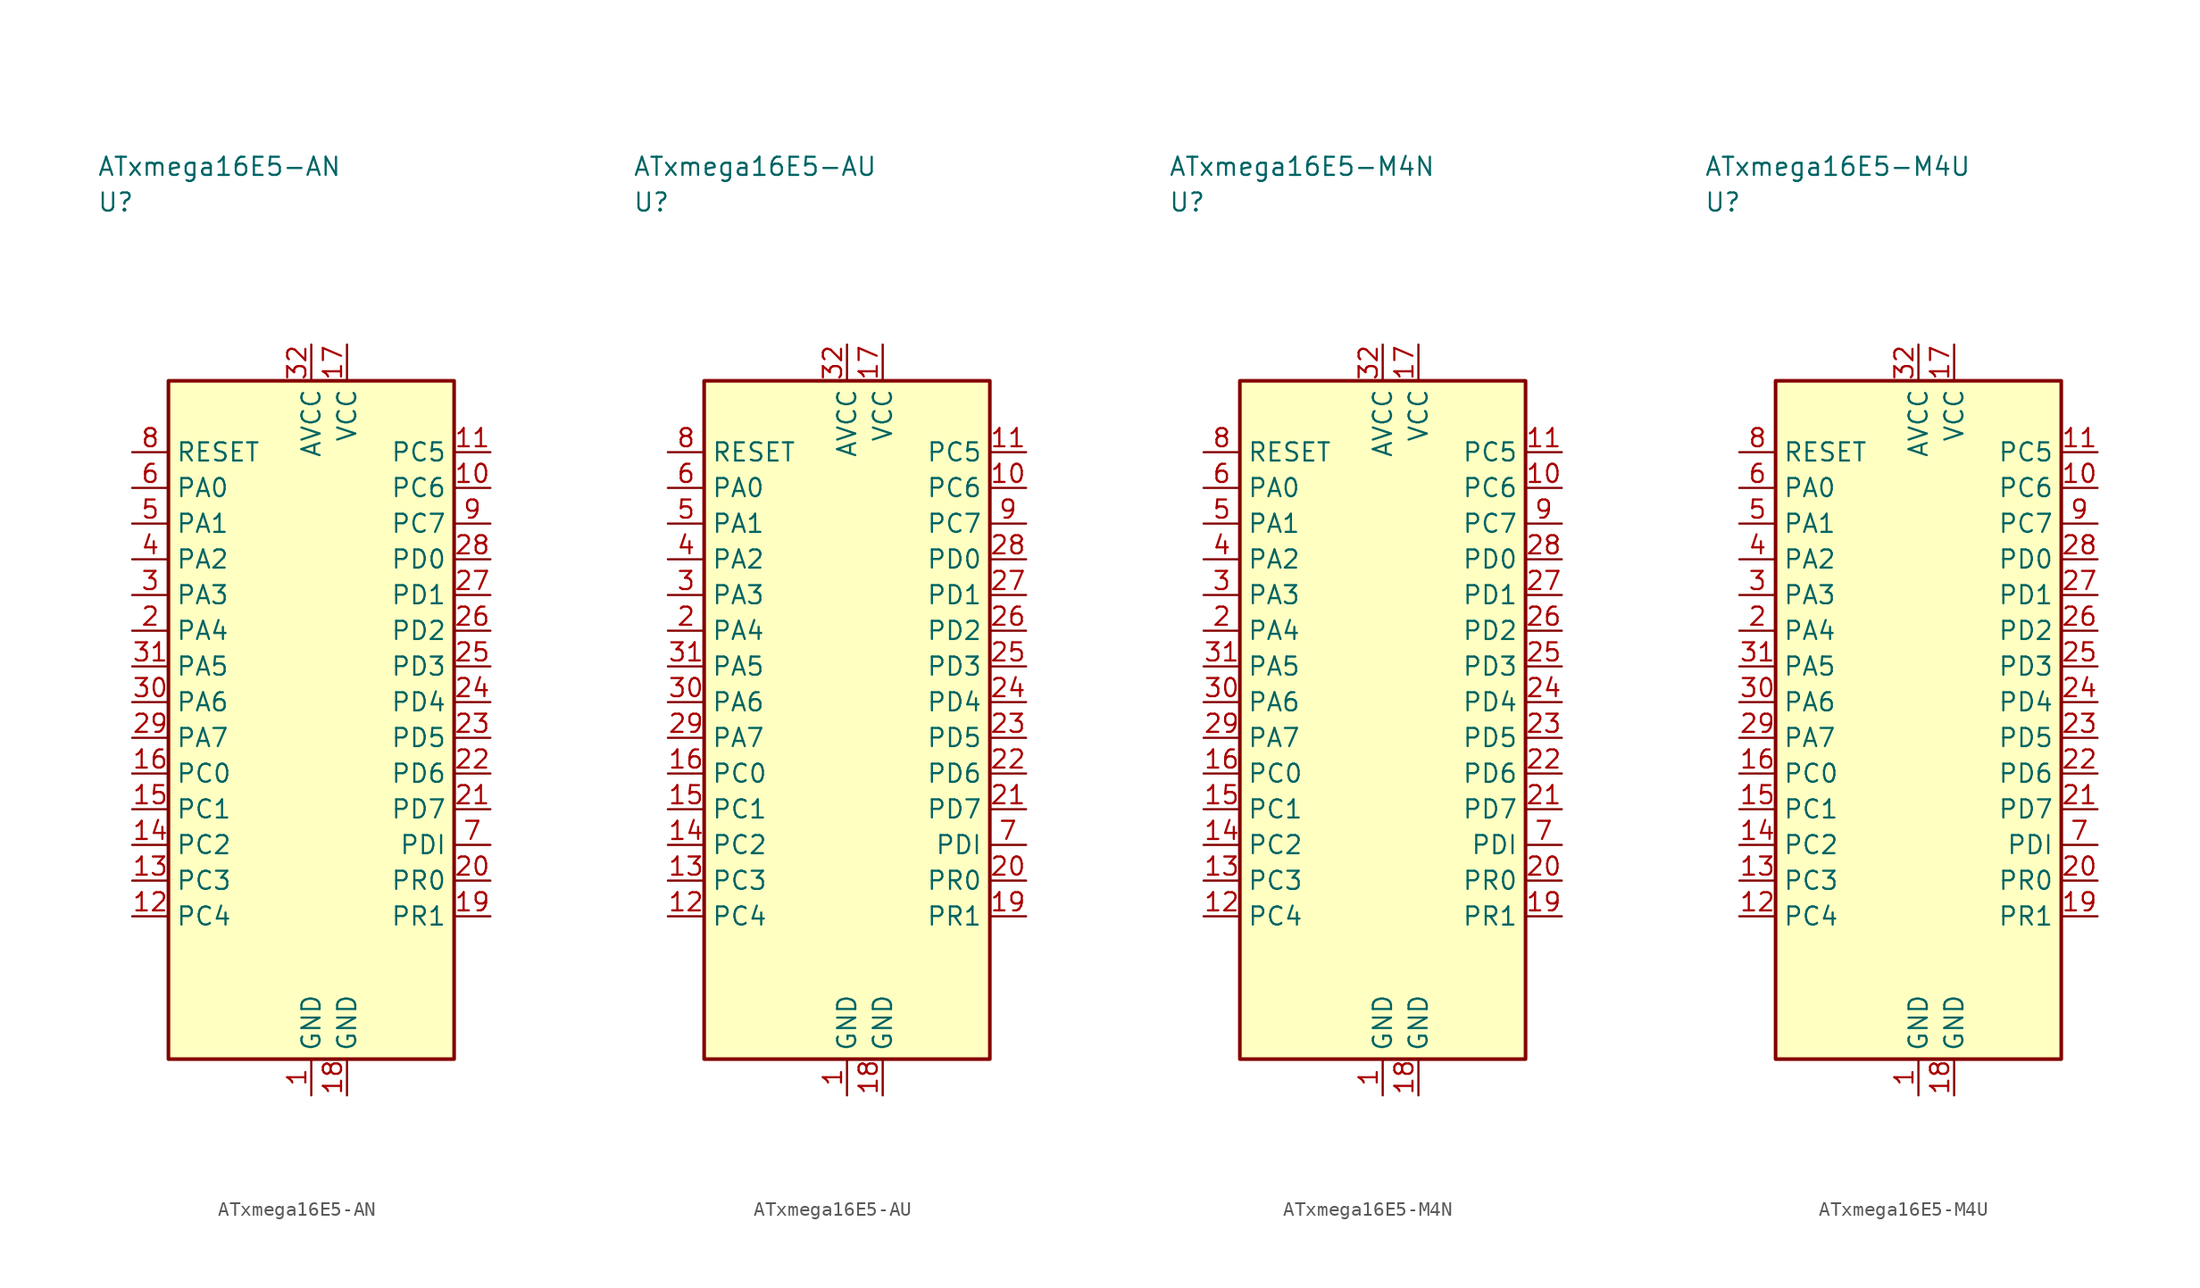
<source format=kicad_sym>
(kicad_symbol_lib
  (version 20241025)
  (generator "kicad_symbol_editor")
  (generator_version "8.0")
  (symbol "ATxmega16E5-AN"
    (property "Reference" "U"
      (at -15.0 36.25 0)
      (effects (font (size 1.27 1.27)) (justify left)))
    (property "Value" "ATxmega16E5-AN"
      (at -15.0 38.75 0)
      (effects (font (size 1.27 1.27)) (justify left)))
    (symbol "ATxmega16E5-AN_0_1"
      (rectangle (start -10.0 23.75) (end 10.0 -23.75) (stroke (width 0.254) (type default)) (fill (type background))))
    (symbol "ATxmega16E5-AN_1_1"
      (pin passive line (at 0.0 -26.29 90.0) (length 2.54) (name "GND" (effects (font (size 1.27 1.27)))) (number "1" (effects (font (size 1.27 1.27)))))
      (pin bidirectional line (at -12.54 6.25 0.0) (length 2.54) (name "PA4" (effects (font (size 1.27 1.27)))) (number "2" (effects (font (size 1.27 1.27)))))
      (pin bidirectional line (at -12.54 8.75 0.0) (length 2.54) (name "PA3" (effects (font (size 1.27 1.27)))) (number "3" (effects (font (size 1.27 1.27)))))
      (pin bidirectional line (at -12.54 11.25 0.0) (length 2.54) (name "PA2" (effects (font (size 1.27 1.27)))) (number "4" (effects (font (size 1.27 1.27)))))
      (pin bidirectional line (at -12.54 13.75 0.0) (length 2.54) (name "PA1" (effects (font (size 1.27 1.27)))) (number "5" (effects (font (size 1.27 1.27)))))
      (pin bidirectional line (at -12.54 16.25 0.0) (length 2.54) (name "PA0" (effects (font (size 1.27 1.27)))) (number "6" (effects (font (size 1.27 1.27)))))
      (pin bidirectional line (at 12.54 -8.75 180.0) (length 2.54) (name "PDI" (effects (font (size 1.27 1.27)))) (number "7" (effects (font (size 1.27 1.27)))))
      (pin input line (at -12.54 18.75 0.0) (length 2.54) (name "RESET" (effects (font (size 1.27 1.27)))) (number "8" (effects (font (size 1.27 1.27)))))
      (pin bidirectional line (at 12.54 13.75 180.0) (length 2.54) (name "PC7" (effects (font (size 1.27 1.27)))) (number "9" (effects (font (size 1.27 1.27)))))
      (pin bidirectional line (at 12.54 16.25 180.0) (length 2.54) (name "PC6" (effects (font (size 1.27 1.27)))) (number "10" (effects (font (size 1.27 1.27)))))
      (pin bidirectional line (at 12.54 18.75 180.0) (length 2.54) (name "PC5" (effects (font (size 1.27 1.27)))) (number "11" (effects (font (size 1.27 1.27)))))
      (pin bidirectional line (at -12.54 -13.75 0.0) (length 2.54) (name "PC4" (effects (font (size 1.27 1.27)))) (number "12" (effects (font (size 1.27 1.27)))))
      (pin bidirectional line (at -12.54 -11.25 0.0) (length 2.54) (name "PC3" (effects (font (size 1.27 1.27)))) (number "13" (effects (font (size 1.27 1.27)))))
      (pin bidirectional line (at -12.54 -8.75 0.0) (length 2.54) (name "PC2" (effects (font (size 1.27 1.27)))) (number "14" (effects (font (size 1.27 1.27)))))
      (pin bidirectional line (at -12.54 -6.25 0.0) (length 2.54) (name "PC1" (effects (font (size 1.27 1.27)))) (number "15" (effects (font (size 1.27 1.27)))))
      (pin bidirectional line (at -12.54 -3.75 0.0) (length 2.54) (name "PC0" (effects (font (size 1.27 1.27)))) (number "16" (effects (font (size 1.27 1.27)))))
      (pin power_in line (at 2.5 26.29 270.0) (length 2.54) (name "VCC" (effects (font (size 1.27 1.27)))) (number "17" (effects (font (size 1.27 1.27)))))
      (pin passive line (at 2.5 -26.29 90.0) (length 2.54) (name "GND" (effects (font (size 1.27 1.27)))) (number "18" (effects (font (size 1.27 1.27)))))
      (pin bidirectional line (at 12.54 -13.75 180.0) (length 2.54) (name "PR1" (effects (font (size 1.27 1.27)))) (number "19" (effects (font (size 1.27 1.27)))))
      (pin bidirectional line (at 12.54 -11.25 180.0) (length 2.54) (name "PR0" (effects (font (size 1.27 1.27)))) (number "20" (effects (font (size 1.27 1.27)))))
      (pin bidirectional line (at 12.54 -6.25 180.0) (length 2.54) (name "PD7" (effects (font (size 1.27 1.27)))) (number "21" (effects (font (size 1.27 1.27)))))
      (pin bidirectional line (at 12.54 -3.75 180.0) (length 2.54) (name "PD6" (effects (font (size 1.27 1.27)))) (number "22" (effects (font (size 1.27 1.27)))))
      (pin bidirectional line (at 12.54 -1.25 180.0) (length 2.54) (name "PD5" (effects (font (size 1.27 1.27)))) (number "23" (effects (font (size 1.27 1.27)))))
      (pin bidirectional line (at 12.54 1.25 180.0) (length 2.54) (name "PD4" (effects (font (size 1.27 1.27)))) (number "24" (effects (font (size 1.27 1.27)))))
      (pin bidirectional line (at 12.54 3.75 180.0) (length 2.54) (name "PD3" (effects (font (size 1.27 1.27)))) (number "25" (effects (font (size 1.27 1.27)))))
      (pin bidirectional line (at 12.54 6.25 180.0) (length 2.54) (name "PD2" (effects (font (size 1.27 1.27)))) (number "26" (effects (font (size 1.27 1.27)))))
      (pin bidirectional line (at 12.54 8.75 180.0) (length 2.54) (name "PD1" (effects (font (size 1.27 1.27)))) (number "27" (effects (font (size 1.27 1.27)))))
      (pin bidirectional line (at 12.54 11.25 180.0) (length 2.54) (name "PD0" (effects (font (size 1.27 1.27)))) (number "28" (effects (font (size 1.27 1.27)))))
      (pin bidirectional line (at -12.54 -1.25 0.0) (length 2.54) (name "PA7" (effects (font (size 1.27 1.27)))) (number "29" (effects (font (size 1.27 1.27)))))
      (pin bidirectional line (at -12.54 1.25 0.0) (length 2.54) (name "PA6" (effects (font (size 1.27 1.27)))) (number "30" (effects (font (size 1.27 1.27)))))
      (pin bidirectional line (at -12.54 3.75 0.0) (length 2.54) (name "PA5" (effects (font (size 1.27 1.27)))) (number "31" (effects (font (size 1.27 1.27)))))
      (pin power_in line (at 0.0 26.29 270.0) (length 2.54) (name "AVCC" (effects (font (size 1.27 1.27)))) (number "32" (effects (font (size 1.27 1.27)))))))
  (symbol "ATxmega16E5-AU"
    (property "Reference" "U"
      (at -15.0 36.25 0)
      (effects (font (size 1.27 1.27)) (justify left)))
    (property "Value" "ATxmega16E5-AU"
      (at -15.0 38.75 0)
      (effects (font (size 1.27 1.27)) (justify left)))
    (symbol "ATxmega16E5-AU_0_1"
      (rectangle (start -10.0 23.75) (end 10.0 -23.75) (stroke (width 0.254) (type default)) (fill (type background))))
    (symbol "ATxmega16E5-AU_1_1"
      (pin passive line (at 0.0 -26.29 90.0) (length 2.54) (name "GND" (effects (font (size 1.27 1.27)))) (number "1" (effects (font (size 1.27 1.27)))))
      (pin bidirectional line (at -12.54 6.25 0.0) (length 2.54) (name "PA4" (effects (font (size 1.27 1.27)))) (number "2" (effects (font (size 1.27 1.27)))))
      (pin bidirectional line (at -12.54 8.75 0.0) (length 2.54) (name "PA3" (effects (font (size 1.27 1.27)))) (number "3" (effects (font (size 1.27 1.27)))))
      (pin bidirectional line (at -12.54 11.25 0.0) (length 2.54) (name "PA2" (effects (font (size 1.27 1.27)))) (number "4" (effects (font (size 1.27 1.27)))))
      (pin bidirectional line (at -12.54 13.75 0.0) (length 2.54) (name "PA1" (effects (font (size 1.27 1.27)))) (number "5" (effects (font (size 1.27 1.27)))))
      (pin bidirectional line (at -12.54 16.25 0.0) (length 2.54) (name "PA0" (effects (font (size 1.27 1.27)))) (number "6" (effects (font (size 1.27 1.27)))))
      (pin bidirectional line (at 12.54 -8.75 180.0) (length 2.54) (name "PDI" (effects (font (size 1.27 1.27)))) (number "7" (effects (font (size 1.27 1.27)))))
      (pin input line (at -12.54 18.75 0.0) (length 2.54) (name "RESET" (effects (font (size 1.27 1.27)))) (number "8" (effects (font (size 1.27 1.27)))))
      (pin bidirectional line (at 12.54 13.75 180.0) (length 2.54) (name "PC7" (effects (font (size 1.27 1.27)))) (number "9" (effects (font (size 1.27 1.27)))))
      (pin bidirectional line (at 12.54 16.25 180.0) (length 2.54) (name "PC6" (effects (font (size 1.27 1.27)))) (number "10" (effects (font (size 1.27 1.27)))))
      (pin bidirectional line (at 12.54 18.75 180.0) (length 2.54) (name "PC5" (effects (font (size 1.27 1.27)))) (number "11" (effects (font (size 1.27 1.27)))))
      (pin bidirectional line (at -12.54 -13.75 0.0) (length 2.54) (name "PC4" (effects (font (size 1.27 1.27)))) (number "12" (effects (font (size 1.27 1.27)))))
      (pin bidirectional line (at -12.54 -11.25 0.0) (length 2.54) (name "PC3" (effects (font (size 1.27 1.27)))) (number "13" (effects (font (size 1.27 1.27)))))
      (pin bidirectional line (at -12.54 -8.75 0.0) (length 2.54) (name "PC2" (effects (font (size 1.27 1.27)))) (number "14" (effects (font (size 1.27 1.27)))))
      (pin bidirectional line (at -12.54 -6.25 0.0) (length 2.54) (name "PC1" (effects (font (size 1.27 1.27)))) (number "15" (effects (font (size 1.27 1.27)))))
      (pin bidirectional line (at -12.54 -3.75 0.0) (length 2.54) (name "PC0" (effects (font (size 1.27 1.27)))) (number "16" (effects (font (size 1.27 1.27)))))
      (pin power_in line (at 2.5 26.29 270.0) (length 2.54) (name "VCC" (effects (font (size 1.27 1.27)))) (number "17" (effects (font (size 1.27 1.27)))))
      (pin passive line (at 2.5 -26.29 90.0) (length 2.54) (name "GND" (effects (font (size 1.27 1.27)))) (number "18" (effects (font (size 1.27 1.27)))))
      (pin bidirectional line (at 12.54 -13.75 180.0) (length 2.54) (name "PR1" (effects (font (size 1.27 1.27)))) (number "19" (effects (font (size 1.27 1.27)))))
      (pin bidirectional line (at 12.54 -11.25 180.0) (length 2.54) (name "PR0" (effects (font (size 1.27 1.27)))) (number "20" (effects (font (size 1.27 1.27)))))
      (pin bidirectional line (at 12.54 -6.25 180.0) (length 2.54) (name "PD7" (effects (font (size 1.27 1.27)))) (number "21" (effects (font (size 1.27 1.27)))))
      (pin bidirectional line (at 12.54 -3.75 180.0) (length 2.54) (name "PD6" (effects (font (size 1.27 1.27)))) (number "22" (effects (font (size 1.27 1.27)))))
      (pin bidirectional line (at 12.54 -1.25 180.0) (length 2.54) (name "PD5" (effects (font (size 1.27 1.27)))) (number "23" (effects (font (size 1.27 1.27)))))
      (pin bidirectional line (at 12.54 1.25 180.0) (length 2.54) (name "PD4" (effects (font (size 1.27 1.27)))) (number "24" (effects (font (size 1.27 1.27)))))
      (pin bidirectional line (at 12.54 3.75 180.0) (length 2.54) (name "PD3" (effects (font (size 1.27 1.27)))) (number "25" (effects (font (size 1.27 1.27)))))
      (pin bidirectional line (at 12.54 6.25 180.0) (length 2.54) (name "PD2" (effects (font (size 1.27 1.27)))) (number "26" (effects (font (size 1.27 1.27)))))
      (pin bidirectional line (at 12.54 8.75 180.0) (length 2.54) (name "PD1" (effects (font (size 1.27 1.27)))) (number "27" (effects (font (size 1.27 1.27)))))
      (pin bidirectional line (at 12.54 11.25 180.0) (length 2.54) (name "PD0" (effects (font (size 1.27 1.27)))) (number "28" (effects (font (size 1.27 1.27)))))
      (pin bidirectional line (at -12.54 -1.25 0.0) (length 2.54) (name "PA7" (effects (font (size 1.27 1.27)))) (number "29" (effects (font (size 1.27 1.27)))))
      (pin bidirectional line (at -12.54 1.25 0.0) (length 2.54) (name "PA6" (effects (font (size 1.27 1.27)))) (number "30" (effects (font (size 1.27 1.27)))))
      (pin bidirectional line (at -12.54 3.75 0.0) (length 2.54) (name "PA5" (effects (font (size 1.27 1.27)))) (number "31" (effects (font (size 1.27 1.27)))))
      (pin power_in line (at 0.0 26.29 270.0) (length 2.54) (name "AVCC" (effects (font (size 1.27 1.27)))) (number "32" (effects (font (size 1.27 1.27)))))))
  (symbol "ATxmega16E5-M4N"
    (property "Reference" "U"
      (at -15.0 36.25 0)
      (effects (font (size 1.27 1.27)) (justify left)))
    (property "Value" "ATxmega16E5-M4N"
      (at -15.0 38.75 0)
      (effects (font (size 1.27 1.27)) (justify left)))
    (symbol "ATxmega16E5-M4N_0_1"
      (rectangle (start -10.0 23.75) (end 10.0 -23.75) (stroke (width 0.254) (type default)) (fill (type background))))
    (symbol "ATxmega16E5-M4N_1_1"
      (pin passive line (at 0.0 -26.29 90.0) (length 2.54) (name "GND" (effects (font (size 1.27 1.27)))) (number "1" (effects (font (size 1.27 1.27)))))
      (pin bidirectional line (at -12.54 6.25 0.0) (length 2.54) (name "PA4" (effects (font (size 1.27 1.27)))) (number "2" (effects (font (size 1.27 1.27)))))
      (pin bidirectional line (at -12.54 8.75 0.0) (length 2.54) (name "PA3" (effects (font (size 1.27 1.27)))) (number "3" (effects (font (size 1.27 1.27)))))
      (pin bidirectional line (at -12.54 11.25 0.0) (length 2.54) (name "PA2" (effects (font (size 1.27 1.27)))) (number "4" (effects (font (size 1.27 1.27)))))
      (pin bidirectional line (at -12.54 13.75 0.0) (length 2.54) (name "PA1" (effects (font (size 1.27 1.27)))) (number "5" (effects (font (size 1.27 1.27)))))
      (pin bidirectional line (at -12.54 16.25 0.0) (length 2.54) (name "PA0" (effects (font (size 1.27 1.27)))) (number "6" (effects (font (size 1.27 1.27)))))
      (pin bidirectional line (at 12.54 -8.75 180.0) (length 2.54) (name "PDI" (effects (font (size 1.27 1.27)))) (number "7" (effects (font (size 1.27 1.27)))))
      (pin input line (at -12.54 18.75 0.0) (length 2.54) (name "RESET" (effects (font (size 1.27 1.27)))) (number "8" (effects (font (size 1.27 1.27)))))
      (pin bidirectional line (at 12.54 13.75 180.0) (length 2.54) (name "PC7" (effects (font (size 1.27 1.27)))) (number "9" (effects (font (size 1.27 1.27)))))
      (pin bidirectional line (at 12.54 16.25 180.0) (length 2.54) (name "PC6" (effects (font (size 1.27 1.27)))) (number "10" (effects (font (size 1.27 1.27)))))
      (pin bidirectional line (at 12.54 18.75 180.0) (length 2.54) (name "PC5" (effects (font (size 1.27 1.27)))) (number "11" (effects (font (size 1.27 1.27)))))
      (pin bidirectional line (at -12.54 -13.75 0.0) (length 2.54) (name "PC4" (effects (font (size 1.27 1.27)))) (number "12" (effects (font (size 1.27 1.27)))))
      (pin bidirectional line (at -12.54 -11.25 0.0) (length 2.54) (name "PC3" (effects (font (size 1.27 1.27)))) (number "13" (effects (font (size 1.27 1.27)))))
      (pin bidirectional line (at -12.54 -8.75 0.0) (length 2.54) (name "PC2" (effects (font (size 1.27 1.27)))) (number "14" (effects (font (size 1.27 1.27)))))
      (pin bidirectional line (at -12.54 -6.25 0.0) (length 2.54) (name "PC1" (effects (font (size 1.27 1.27)))) (number "15" (effects (font (size 1.27 1.27)))))
      (pin bidirectional line (at -12.54 -3.75 0.0) (length 2.54) (name "PC0" (effects (font (size 1.27 1.27)))) (number "16" (effects (font (size 1.27 1.27)))))
      (pin power_in line (at 2.5 26.29 270.0) (length 2.54) (name "VCC" (effects (font (size 1.27 1.27)))) (number "17" (effects (font (size 1.27 1.27)))))
      (pin passive line (at 2.5 -26.29 90.0) (length 2.54) (name "GND" (effects (font (size 1.27 1.27)))) (number "18" (effects (font (size 1.27 1.27)))))
      (pin bidirectional line (at 12.54 -13.75 180.0) (length 2.54) (name "PR1" (effects (font (size 1.27 1.27)))) (number "19" (effects (font (size 1.27 1.27)))))
      (pin bidirectional line (at 12.54 -11.25 180.0) (length 2.54) (name "PR0" (effects (font (size 1.27 1.27)))) (number "20" (effects (font (size 1.27 1.27)))))
      (pin bidirectional line (at 12.54 -6.25 180.0) (length 2.54) (name "PD7" (effects (font (size 1.27 1.27)))) (number "21" (effects (font (size 1.27 1.27)))))
      (pin bidirectional line (at 12.54 -3.75 180.0) (length 2.54) (name "PD6" (effects (font (size 1.27 1.27)))) (number "22" (effects (font (size 1.27 1.27)))))
      (pin bidirectional line (at 12.54 -1.25 180.0) (length 2.54) (name "PD5" (effects (font (size 1.27 1.27)))) (number "23" (effects (font (size 1.27 1.27)))))
      (pin bidirectional line (at 12.54 1.25 180.0) (length 2.54) (name "PD4" (effects (font (size 1.27 1.27)))) (number "24" (effects (font (size 1.27 1.27)))))
      (pin bidirectional line (at 12.54 3.75 180.0) (length 2.54) (name "PD3" (effects (font (size 1.27 1.27)))) (number "25" (effects (font (size 1.27 1.27)))))
      (pin bidirectional line (at 12.54 6.25 180.0) (length 2.54) (name "PD2" (effects (font (size 1.27 1.27)))) (number "26" (effects (font (size 1.27 1.27)))))
      (pin bidirectional line (at 12.54 8.75 180.0) (length 2.54) (name "PD1" (effects (font (size 1.27 1.27)))) (number "27" (effects (font (size 1.27 1.27)))))
      (pin bidirectional line (at 12.54 11.25 180.0) (length 2.54) (name "PD0" (effects (font (size 1.27 1.27)))) (number "28" (effects (font (size 1.27 1.27)))))
      (pin bidirectional line (at -12.54 -1.25 0.0) (length 2.54) (name "PA7" (effects (font (size 1.27 1.27)))) (number "29" (effects (font (size 1.27 1.27)))))
      (pin bidirectional line (at -12.54 1.25 0.0) (length 2.54) (name "PA6" (effects (font (size 1.27 1.27)))) (number "30" (effects (font (size 1.27 1.27)))))
      (pin bidirectional line (at -12.54 3.75 0.0) (length 2.54) (name "PA5" (effects (font (size 1.27 1.27)))) (number "31" (effects (font (size 1.27 1.27)))))
      (pin power_in line (at 0.0 26.29 270.0) (length 2.54) (name "AVCC" (effects (font (size 1.27 1.27)))) (number "32" (effects (font (size 1.27 1.27)))))))
  (symbol "ATxmega16E5-M4U"
    (property "Reference" "U"
      (at -15.0 36.25 0)
      (effects (font (size 1.27 1.27)) (justify left)))
    (property "Value" "ATxmega16E5-M4U"
      (at -15.0 38.75 0)
      (effects (font (size 1.27 1.27)) (justify left)))
    (symbol "ATxmega16E5-M4U_0_1"
      (rectangle (start -10.0 23.75) (end 10.0 -23.75) (stroke (width 0.254) (type default)) (fill (type background))))
    (symbol "ATxmega16E5-M4U_1_1"
      (pin passive line (at 0.0 -26.29 90.0) (length 2.54) (name "GND" (effects (font (size 1.27 1.27)))) (number "1" (effects (font (size 1.27 1.27)))))
      (pin bidirectional line (at -12.54 6.25 0.0) (length 2.54) (name "PA4" (effects (font (size 1.27 1.27)))) (number "2" (effects (font (size 1.27 1.27)))))
      (pin bidirectional line (at -12.54 8.75 0.0) (length 2.54) (name "PA3" (effects (font (size 1.27 1.27)))) (number "3" (effects (font (size 1.27 1.27)))))
      (pin bidirectional line (at -12.54 11.25 0.0) (length 2.54) (name "PA2" (effects (font (size 1.27 1.27)))) (number "4" (effects (font (size 1.27 1.27)))))
      (pin bidirectional line (at -12.54 13.75 0.0) (length 2.54) (name "PA1" (effects (font (size 1.27 1.27)))) (number "5" (effects (font (size 1.27 1.27)))))
      (pin bidirectional line (at -12.54 16.25 0.0) (length 2.54) (name "PA0" (effects (font (size 1.27 1.27)))) (number "6" (effects (font (size 1.27 1.27)))))
      (pin bidirectional line (at 12.54 -8.75 180.0) (length 2.54) (name "PDI" (effects (font (size 1.27 1.27)))) (number "7" (effects (font (size 1.27 1.27)))))
      (pin input line (at -12.54 18.75 0.0) (length 2.54) (name "RESET" (effects (font (size 1.27 1.27)))) (number "8" (effects (font (size 1.27 1.27)))))
      (pin bidirectional line (at 12.54 13.75 180.0) (length 2.54) (name "PC7" (effects (font (size 1.27 1.27)))) (number "9" (effects (font (size 1.27 1.27)))))
      (pin bidirectional line (at 12.54 16.25 180.0) (length 2.54) (name "PC6" (effects (font (size 1.27 1.27)))) (number "10" (effects (font (size 1.27 1.27)))))
      (pin bidirectional line (at 12.54 18.75 180.0) (length 2.54) (name "PC5" (effects (font (size 1.27 1.27)))) (number "11" (effects (font (size 1.27 1.27)))))
      (pin bidirectional line (at -12.54 -13.75 0.0) (length 2.54) (name "PC4" (effects (font (size 1.27 1.27)))) (number "12" (effects (font (size 1.27 1.27)))))
      (pin bidirectional line (at -12.54 -11.25 0.0) (length 2.54) (name "PC3" (effects (font (size 1.27 1.27)))) (number "13" (effects (font (size 1.27 1.27)))))
      (pin bidirectional line (at -12.54 -8.75 0.0) (length 2.54) (name "PC2" (effects (font (size 1.27 1.27)))) (number "14" (effects (font (size 1.27 1.27)))))
      (pin bidirectional line (at -12.54 -6.25 0.0) (length 2.54) (name "PC1" (effects (font (size 1.27 1.27)))) (number "15" (effects (font (size 1.27 1.27)))))
      (pin bidirectional line (at -12.54 -3.75 0.0) (length 2.54) (name "PC0" (effects (font (size 1.27 1.27)))) (number "16" (effects (font (size 1.27 1.27)))))
      (pin power_in line (at 2.5 26.29 270.0) (length 2.54) (name "VCC" (effects (font (size 1.27 1.27)))) (number "17" (effects (font (size 1.27 1.27)))))
      (pin passive line (at 2.5 -26.29 90.0) (length 2.54) (name "GND" (effects (font (size 1.27 1.27)))) (number "18" (effects (font (size 1.27 1.27)))))
      (pin bidirectional line (at 12.54 -13.75 180.0) (length 2.54) (name "PR1" (effects (font (size 1.27 1.27)))) (number "19" (effects (font (size 1.27 1.27)))))
      (pin bidirectional line (at 12.54 -11.25 180.0) (length 2.54) (name "PR0" (effects (font (size 1.27 1.27)))) (number "20" (effects (font (size 1.27 1.27)))))
      (pin bidirectional line (at 12.54 -6.25 180.0) (length 2.54) (name "PD7" (effects (font (size 1.27 1.27)))) (number "21" (effects (font (size 1.27 1.27)))))
      (pin bidirectional line (at 12.54 -3.75 180.0) (length 2.54) (name "PD6" (effects (font (size 1.27 1.27)))) (number "22" (effects (font (size 1.27 1.27)))))
      (pin bidirectional line (at 12.54 -1.25 180.0) (length 2.54) (name "PD5" (effects (font (size 1.27 1.27)))) (number "23" (effects (font (size 1.27 1.27)))))
      (pin bidirectional line (at 12.54 1.25 180.0) (length 2.54) (name "PD4" (effects (font (size 1.27 1.27)))) (number "24" (effects (font (size 1.27 1.27)))))
      (pin bidirectional line (at 12.54 3.75 180.0) (length 2.54) (name "PD3" (effects (font (size 1.27 1.27)))) (number "25" (effects (font (size 1.27 1.27)))))
      (pin bidirectional line (at 12.54 6.25 180.0) (length 2.54) (name "PD2" (effects (font (size 1.27 1.27)))) (number "26" (effects (font (size 1.27 1.27)))))
      (pin bidirectional line (at 12.54 8.75 180.0) (length 2.54) (name "PD1" (effects (font (size 1.27 1.27)))) (number "27" (effects (font (size 1.27 1.27)))))
      (pin bidirectional line (at 12.54 11.25 180.0) (length 2.54) (name "PD0" (effects (font (size 1.27 1.27)))) (number "28" (effects (font (size 1.27 1.27)))))
      (pin bidirectional line (at -12.54 -1.25 0.0) (length 2.54) (name "PA7" (effects (font (size 1.27 1.27)))) (number "29" (effects (font (size 1.27 1.27)))))
      (pin bidirectional line (at -12.54 1.25 0.0) (length 2.54) (name "PA6" (effects (font (size 1.27 1.27)))) (number "30" (effects (font (size 1.27 1.27)))))
      (pin bidirectional line (at -12.54 3.75 0.0) (length 2.54) (name "PA5" (effects (font (size 1.27 1.27)))) (number "31" (effects (font (size 1.27 1.27)))))
      (pin power_in line (at 0.0 26.29 270.0) (length 2.54) (name "AVCC" (effects (font (size 1.27 1.27)))) (number "32" (effects (font (size 1.27 1.27))))))))
</source>
